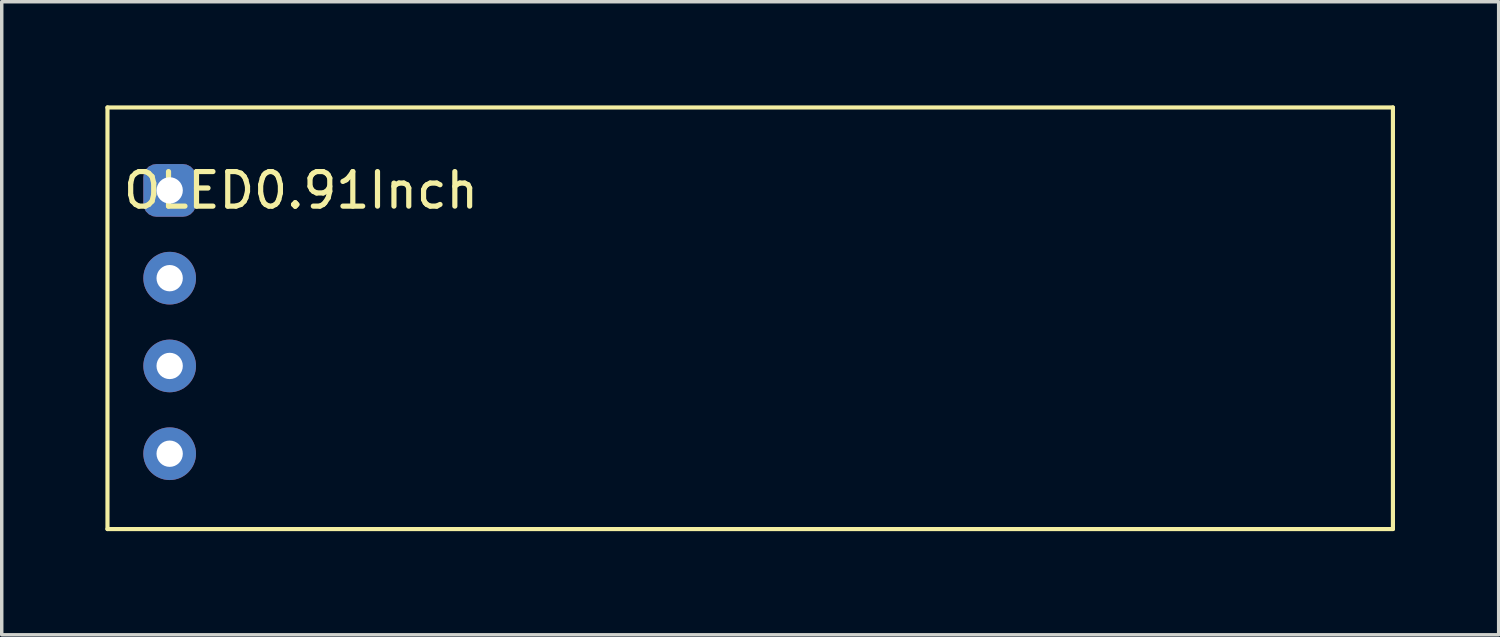
<source format=kicad_pcb>
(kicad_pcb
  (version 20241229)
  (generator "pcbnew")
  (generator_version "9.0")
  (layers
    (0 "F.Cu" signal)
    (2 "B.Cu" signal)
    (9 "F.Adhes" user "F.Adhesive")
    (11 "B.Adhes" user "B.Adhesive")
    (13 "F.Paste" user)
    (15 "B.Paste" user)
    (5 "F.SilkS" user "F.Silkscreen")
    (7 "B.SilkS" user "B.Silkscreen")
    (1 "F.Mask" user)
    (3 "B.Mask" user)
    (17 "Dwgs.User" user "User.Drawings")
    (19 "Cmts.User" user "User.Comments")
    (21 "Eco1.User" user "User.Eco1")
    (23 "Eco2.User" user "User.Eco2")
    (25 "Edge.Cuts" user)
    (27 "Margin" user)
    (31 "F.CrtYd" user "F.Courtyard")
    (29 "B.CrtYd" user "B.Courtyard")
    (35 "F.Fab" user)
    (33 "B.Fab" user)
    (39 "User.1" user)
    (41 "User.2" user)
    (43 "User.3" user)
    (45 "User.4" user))
  (footprint "OLED0.91Inch"
    (layer "F.Cu")
    (at 1.86 2.46)
    (property "Reference" "OLED0.91Inch" (at 3.8 0 0) (layer "F.SilkS") (effects (font (size 1 1) (thickness 0.15))))
    (attr through_hole)
    (fp_line (start -1.8 -2.4) (end -1.8 9.8) (stroke (width 0.12) (type solid)) (layer "F.SilkS"))
    (fp_line (start -1.8 9.8) (end 35.4 9.8) (stroke (width 0.12) (type solid)) (layer "F.SilkS"))
    (fp_line (start 35.4 -2.4) (end -1.8 -2.4) (stroke (width 0.12) (type solid)) (layer "F.SilkS"))
    (fp_line (start 35.4 9.8) (end 35.4 -2.4) (stroke (width 0.12) (type solid)) (layer "F.SilkS"))
    (pad "1" thru_hole roundrect (at 0 0) (size 1.524 1.524) (drill 0.762) (layers "*.Cu" "*.Mask") (roundrect_rratio 0.25))
    (pad "2" thru_hole circle (at 0 2.54) (size 1.524 1.524) (drill 0.762) (layers "*.Cu" "*.Mask"))
    (pad "3" thru_hole circle (at 0 5.08) (size 1.524 1.524) (drill 0.762) (layers "*.Cu" "*.Mask"))
    (pad "4" thru_hole circle (at 0 7.62) (size 1.524 1.524) (drill 0.762) (layers "*.Cu" "*.Mask")))
  (gr_rect
    (start -3 -3)
    (end 40.32 15.32)
    (stroke (width 0.1) (type default))
    (fill no)
    (layer "Edge.Cuts")))
</source>
